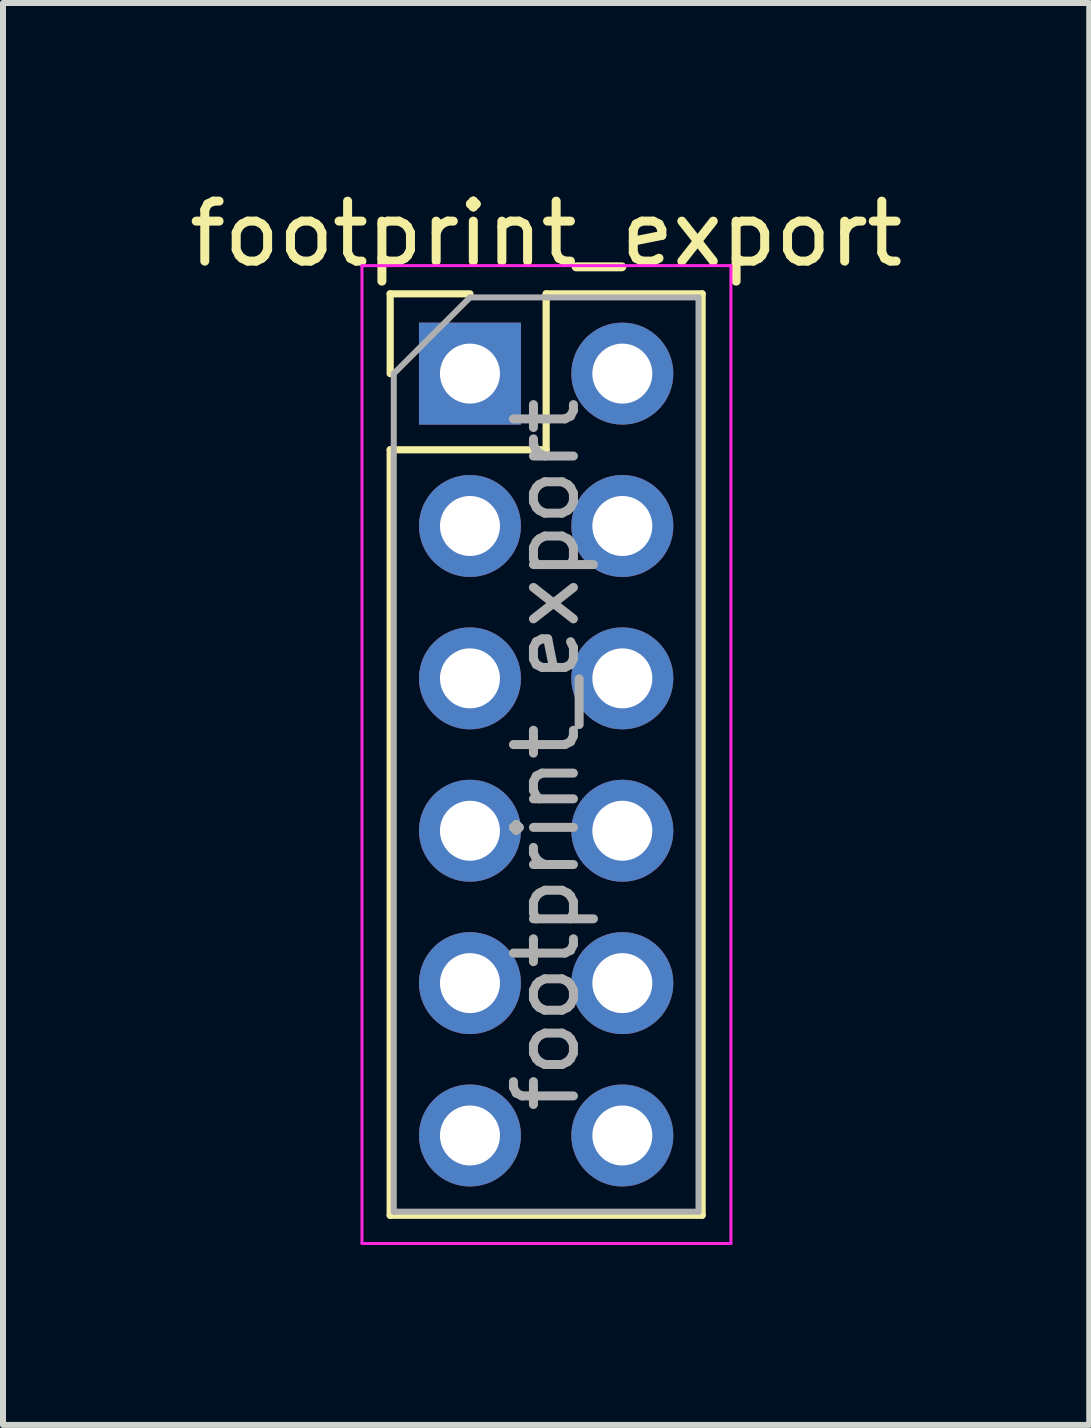
<source format=kicad_pcb>
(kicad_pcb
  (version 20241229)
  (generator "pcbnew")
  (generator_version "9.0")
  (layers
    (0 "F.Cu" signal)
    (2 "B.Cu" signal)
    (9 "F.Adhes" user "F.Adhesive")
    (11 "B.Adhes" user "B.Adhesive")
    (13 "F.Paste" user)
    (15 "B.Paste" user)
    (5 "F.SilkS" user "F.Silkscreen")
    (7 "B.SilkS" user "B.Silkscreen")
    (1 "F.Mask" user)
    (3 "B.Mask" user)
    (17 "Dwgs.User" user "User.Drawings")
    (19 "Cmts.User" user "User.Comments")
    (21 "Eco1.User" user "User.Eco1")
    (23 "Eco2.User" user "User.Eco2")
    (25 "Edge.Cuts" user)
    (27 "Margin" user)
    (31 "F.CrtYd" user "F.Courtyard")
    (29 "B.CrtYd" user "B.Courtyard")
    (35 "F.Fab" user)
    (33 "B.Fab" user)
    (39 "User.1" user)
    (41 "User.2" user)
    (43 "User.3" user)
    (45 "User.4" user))
  (footprint "footprint_export"
    (layer "F.Cu")
    (at 4.784 3.178)
    (property "Reference" "footprint_export" (at 1.27 -2.33 0) (layer "F.SilkS") (effects (font (size 1 1) (thickness 0.15))))
    (attr through_hole)
    (fp_line (start -1.33 -1.33) (end 0 -1.33) (stroke (width 0.12) (type solid)) (layer "F.SilkS"))
    (fp_line (start -1.33 0) (end -1.33 -1.33) (stroke (width 0.12) (type solid)) (layer "F.SilkS"))
    (fp_line (start -1.33 1.27) (end -1.33 14.03) (stroke (width 0.12) (type solid)) (layer "F.SilkS"))
    (fp_line (start -1.33 1.27) (end 1.27 1.27) (stroke (width 0.12) (type solid)) (layer "F.SilkS"))
    (fp_line (start -1.33 14.03) (end 3.87 14.03) (stroke (width 0.12) (type solid)) (layer "F.SilkS"))
    (fp_line (start 1.27 -1.33) (end 3.87 -1.33) (stroke (width 0.12) (type solid)) (layer "F.SilkS"))
    (fp_line (start 1.27 1.27) (end 1.27 -1.33) (stroke (width 0.12) (type solid)) (layer "F.SilkS"))
    (fp_line (start 3.87 -1.33) (end 3.87 14.03) (stroke (width 0.12) (type solid)) (layer "F.SilkS"))
    (fp_line (start -1.8 -1.8) (end -1.8 14.5) (stroke (width 0.05) (type solid)) (layer "F.CrtYd"))
    (fp_line (start -1.8 14.5) (end 4.35 14.5) (stroke (width 0.05) (type solid)) (layer "F.CrtYd"))
    (fp_line (start 4.35 -1.8) (end -1.8 -1.8) (stroke (width 0.05) (type solid)) (layer "F.CrtYd"))
    (fp_line (start 4.35 14.5) (end 4.35 -1.8) (stroke (width 0.05) (type solid)) (layer "F.CrtYd"))
    (fp_line (start -1.27 0) (end 0 -1.27) (stroke (width 0.1) (type solid)) (layer "F.Fab"))
    (fp_line (start -1.27 13.97) (end -1.27 0) (stroke (width 0.1) (type solid)) (layer "F.Fab"))
    (fp_line (start 0 -1.27) (end 3.81 -1.27) (stroke (width 0.1) (type solid)) (layer "F.Fab"))
    (fp_line (start 3.81 -1.27) (end 3.81 13.97) (stroke (width 0.1) (type solid)) (layer "F.Fab"))
    (fp_line (start 3.81 13.97) (end -1.27 13.97) (stroke (width 0.1) (type solid)) (layer "F.Fab"))
    (fp_text user "${REFERENCE}" (at 1.27 6.35 90) (layer "F.Fab") (effects (font (size 1 1) (thickness 0.15))))
    (pad "1" thru_hole rect (at 0 0) (size 1.7 1.7) (drill 1) (layers "*.Cu" "*.Mask"))
    (pad "2" thru_hole oval (at 2.54 0) (size 1.7 1.7) (drill 1) (layers "*.Cu" "*.Mask"))
    (pad "3" thru_hole oval (at 0 2.54) (size 1.7 1.7) (drill 1) (layers "*.Cu" "*.Mask"))
    (pad "4" thru_hole oval (at 2.54 2.54) (size 1.7 1.7) (drill 1) (layers "*.Cu" "*.Mask"))
    (pad "5" thru_hole oval (at 0 5.08) (size 1.7 1.7) (drill 1) (layers "*.Cu" "*.Mask"))
    (pad "6" thru_hole oval (at 2.54 5.08) (size 1.7 1.7) (drill 1) (layers "*.Cu" "*.Mask"))
    (pad "7" thru_hole oval (at 0 7.62) (size 1.7 1.7) (drill 1) (layers "*.Cu" "*.Mask"))
    (pad "8" thru_hole oval (at 2.54 7.62) (size 1.7 1.7) (drill 1) (layers "*.Cu" "*.Mask"))
    (pad "9" thru_hole oval (at 0 10.16) (size 1.7 1.7) (drill 1) (layers "*.Cu" "*.Mask"))
    (pad "10" thru_hole oval (at 2.54 10.16) (size 1.7 1.7) (drill 1) (layers "*.Cu" "*.Mask"))
    (pad "11" thru_hole oval (at 0 12.7) (size 1.7 1.7) (drill 1) (layers "*.Cu" "*.Mask"))
    (pad "12" thru_hole oval (at 2.54 12.7) (size 1.7 1.7) (drill 1) (layers "*.Cu" "*.Mask")))
  (gr_rect
    (start -3 -3)
    (end 15.107 20.703)
    (stroke (width 0.1) (type default))
    (fill no)
    (layer "Edge.Cuts")))
</source>
